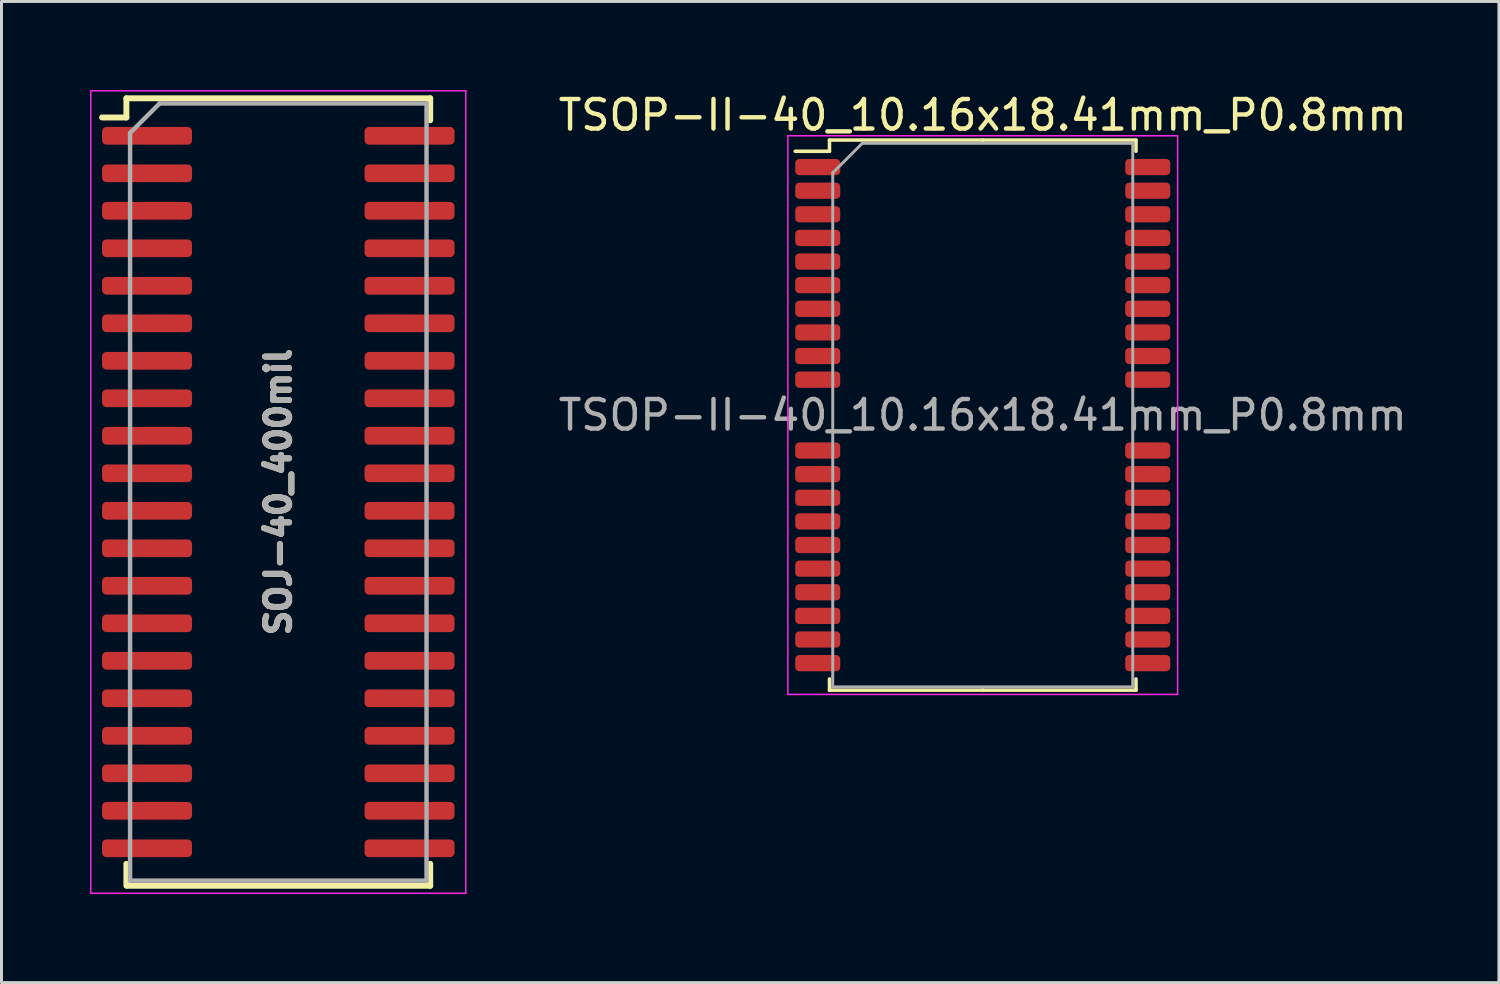
<source format=kicad_pcb>
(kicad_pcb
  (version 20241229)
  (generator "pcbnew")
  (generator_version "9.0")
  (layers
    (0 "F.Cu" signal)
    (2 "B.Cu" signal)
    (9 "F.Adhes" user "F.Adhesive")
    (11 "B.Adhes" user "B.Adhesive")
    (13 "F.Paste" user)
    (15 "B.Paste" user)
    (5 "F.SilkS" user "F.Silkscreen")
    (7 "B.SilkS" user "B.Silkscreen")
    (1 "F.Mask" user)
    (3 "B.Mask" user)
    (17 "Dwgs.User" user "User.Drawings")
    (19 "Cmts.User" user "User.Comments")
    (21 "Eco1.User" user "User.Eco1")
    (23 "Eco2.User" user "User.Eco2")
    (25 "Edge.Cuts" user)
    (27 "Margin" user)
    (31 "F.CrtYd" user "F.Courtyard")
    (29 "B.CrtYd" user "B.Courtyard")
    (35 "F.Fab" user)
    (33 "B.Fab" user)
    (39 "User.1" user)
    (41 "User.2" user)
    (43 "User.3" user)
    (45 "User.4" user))
  (footprint "SOJ-40_400mil"
    (layer "F.Cu")
    (at 6.375 13.614)
    (property "Reference" "SOJ-40_400mil" (at 0 0 90) (layer "F.Fab") (effects (font (size 0.813 0.813) (thickness 0.203))))
    (attr smd)
    (fp_line (start -5.145 -13.335) (end -5.145 -12.685) (stroke (width 0.2) (type solid)) (layer "F.SilkS"))
    (fp_line (start -5.145 -13.335) (end 5.145 -13.335) (stroke (width 0.2) (type solid)) (layer "F.SilkS"))
    (fp_line (start -5.145 -12.685) (end -5.969 -12.685) (stroke (width 0.2) (type solid)) (layer "F.SilkS"))
    (fp_line (start -5.145 13.335) (end -5.145 12.59) (stroke (width 0.2) (type solid)) (layer "F.SilkS"))
    (fp_line (start -5.08 13.335) (end 5.145 13.335) (stroke (width 0.2) (type solid)) (layer "F.SilkS"))
    (fp_line (start 5.145 -13.335) (end 5.145 -12.59) (stroke (width 0.2) (type solid)) (layer "F.SilkS"))
    (fp_line (start 5.145 13.335) (end 5.145 12.59) (stroke (width 0.2) (type solid)) (layer "F.SilkS"))
    (fp_line (start -6.35 -13.589) (end -6.35 13.589) (stroke (width 0.05) (type solid)) (layer "F.CrtYd"))
    (fp_line (start -6.35 -13.589) (end 6.35 -13.589) (stroke (width 0.05) (type solid)) (layer "F.CrtYd"))
    (fp_line (start -6.35 13.589) (end 6.35 13.589) (stroke (width 0.05) (type solid)) (layer "F.CrtYd"))
    (fp_line (start 6.35 -13.589) (end 6.35 13.589) (stroke (width 0.05) (type solid)) (layer "F.CrtYd"))
    (fp_line (start -5.02 -12.16) (end -5.02 13.16) (stroke (width 0.15) (type solid)) (layer "F.Fab"))
    (fp_line (start -5.02 -12.16) (end -4.02 -13.16) (stroke (width 0.15) (type solid)) (layer "F.Fab"))
    (fp_line (start -4.02 -13.16) (end 5.02 -13.16) (stroke (width 0.15) (type solid)) (layer "F.Fab"))
    (fp_line (start 5.02 -13.16) (end 5.02 13.16) (stroke (width 0.15) (type solid)) (layer "F.Fab"))
    (fp_line (start 5.02 13.16) (end -5.02 13.16) (stroke (width 0.15) (type solid)) (layer "F.Fab"))
    (fp_text user "${REFERENCE}" (at 0 0 90) (layer "F.SilkS") (effects (font (size 0.813 0.813) (thickness 0.203))))
    (pad "1" smd roundrect (at -4.445 -12.065) (size 3.048 0.6) (layers "F.Cu" "F.Mask" "F.Paste") (roundrect_rratio 0.25))
    (pad "2" smd roundrect (at -4.445 -10.795) (size 3.048 0.6) (layers "F.Cu" "F.Mask" "F.Paste") (roundrect_rratio 0.25))
    (pad "3" smd roundrect (at -4.445 -9.525) (size 3.048 0.6) (layers "F.Cu" "F.Mask" "F.Paste") (roundrect_rratio 0.25))
    (pad "4" smd roundrect (at -4.445 -8.255) (size 3.048 0.6) (layers "F.Cu" "F.Mask" "F.Paste") (roundrect_rratio 0.25))
    (pad "5" smd roundrect (at -4.445 -6.985) (size 3.048 0.6) (layers "F.Cu" "F.Mask" "F.Paste") (roundrect_rratio 0.25))
    (pad "6" smd roundrect (at -4.445 -5.715) (size 3.048 0.6) (layers "F.Cu" "F.Mask" "F.Paste") (roundrect_rratio 0.25))
    (pad "7" smd roundrect (at -4.445 -4.445) (size 3.048 0.6) (layers "F.Cu" "F.Mask" "F.Paste") (roundrect_rratio 0.25))
    (pad "8" smd roundrect (at -4.445 -3.175) (size 3.048 0.6) (layers "F.Cu" "F.Mask" "F.Paste") (roundrect_rratio 0.25))
    (pad "9" smd roundrect (at -4.445 -1.905) (size 3.048 0.6) (layers "F.Cu" "F.Mask" "F.Paste") (roundrect_rratio 0.25))
    (pad "10" smd roundrect (at -4.445 -0.635) (size 3.048 0.6) (layers "F.Cu" "F.Mask" "F.Paste") (roundrect_rratio 0.25))
    (pad "11" smd roundrect (at -4.445 0.635) (size 3.048 0.6) (layers "F.Cu" "F.Mask" "F.Paste") (roundrect_rratio 0.25))
    (pad "12" smd roundrect (at -4.445 1.905) (size 3.048 0.6) (layers "F.Cu" "F.Mask" "F.Paste") (roundrect_rratio 0.25))
    (pad "13" smd roundrect (at -4.445 3.175) (size 3.048 0.6) (layers "F.Cu" "F.Mask" "F.Paste") (roundrect_rratio 0.25))
    (pad "14" smd roundrect (at -4.445 4.445) (size 3.048 0.6) (layers "F.Cu" "F.Mask" "F.Paste") (roundrect_rratio 0.25))
    (pad "15" smd roundrect (at -4.445 5.715) (size 3.048 0.6) (layers "F.Cu" "F.Mask" "F.Paste") (roundrect_rratio 0.25))
    (pad "16" smd roundrect (at -4.445 6.985) (size 3.048 0.6) (layers "F.Cu" "F.Mask" "F.Paste") (roundrect_rratio 0.25))
    (pad "17" smd roundrect (at -4.445 8.255) (size 3.048 0.6) (layers "F.Cu" "F.Mask" "F.Paste") (roundrect_rratio 0.25))
    (pad "18" smd roundrect (at -4.445 9.525) (size 3.048 0.6) (layers "F.Cu" "F.Mask" "F.Paste") (roundrect_rratio 0.25))
    (pad "19" smd roundrect (at -4.445 10.795) (size 3.048 0.6) (layers "F.Cu" "F.Mask" "F.Paste") (roundrect_rratio 0.25))
    (pad "20" smd roundrect (at -4.445 12.065) (size 3.048 0.6) (layers "F.Cu" "F.Mask" "F.Paste") (roundrect_rratio 0.25))
    (pad "21" smd roundrect (at 4.445 12.065) (size 3.048 0.6) (layers "F.Cu" "F.Mask" "F.Paste") (roundrect_rratio 0.25))
    (pad "22" smd roundrect (at 4.445 10.795) (size 3.048 0.6) (layers "F.Cu" "F.Mask" "F.Paste") (roundrect_rratio 0.25))
    (pad "23" smd roundrect (at 4.445 9.525) (size 3.048 0.6) (layers "F.Cu" "F.Mask" "F.Paste") (roundrect_rratio 0.25))
    (pad "24" smd roundrect (at 4.445 8.255) (size 3.048 0.6) (layers "F.Cu" "F.Mask" "F.Paste") (roundrect_rratio 0.25))
    (pad "25" smd roundrect (at 4.445 6.985) (size 3.048 0.6) (layers "F.Cu" "F.Mask" "F.Paste") (roundrect_rratio 0.25))
    (pad "26" smd roundrect (at 4.445 5.715) (size 3.048 0.6) (layers "F.Cu" "F.Mask" "F.Paste") (roundrect_rratio 0.25))
    (pad "27" smd roundrect (at 4.445 4.445) (size 3.048 0.6) (layers "F.Cu" "F.Mask" "F.Paste") (roundrect_rratio 0.25))
    (pad "28" smd roundrect (at 4.445 3.175) (size 3.048 0.6) (layers "F.Cu" "F.Mask" "F.Paste") (roundrect_rratio 0.25))
    (pad "29" smd roundrect (at 4.445 1.905) (size 3.048 0.6) (layers "F.Cu" "F.Mask" "F.Paste") (roundrect_rratio 0.25))
    (pad "30" smd roundrect (at 4.445 0.635) (size 3.048 0.6) (layers "F.Cu" "F.Mask" "F.Paste") (roundrect_rratio 0.25))
    (pad "31" smd roundrect (at 4.445 -0.635) (size 3.048 0.6) (layers "F.Cu" "F.Mask" "F.Paste") (roundrect_rratio 0.25))
    (pad "32" smd roundrect (at 4.445 -1.905) (size 3.048 0.6) (layers "F.Cu" "F.Mask" "F.Paste") (roundrect_rratio 0.25))
    (pad "33" smd roundrect (at 4.445 -3.175) (size 3.048 0.6) (layers "F.Cu" "F.Mask" "F.Paste") (roundrect_rratio 0.25))
    (pad "34" smd roundrect (at 4.445 -4.445) (size 3.048 0.6) (layers "F.Cu" "F.Mask" "F.Paste") (roundrect_rratio 0.25))
    (pad "35" smd roundrect (at 4.445 -5.715) (size 3.048 0.6) (layers "F.Cu" "F.Mask" "F.Paste") (roundrect_rratio 0.25))
    (pad "36" smd roundrect (at 4.445 -6.985) (size 3.048 0.6) (layers "F.Cu" "F.Mask" "F.Paste") (roundrect_rratio 0.25))
    (pad "37" smd roundrect (at 4.445 -8.255) (size 3.048 0.6) (layers "F.Cu" "F.Mask" "F.Paste") (roundrect_rratio 0.25))
    (pad "38" smd roundrect (at 4.445 -9.525) (size 3.048 0.6) (layers "F.Cu" "F.Mask" "F.Paste") (roundrect_rratio 0.25))
    (pad "39" smd roundrect (at 4.445 -10.795) (size 3.048 0.6) (layers "F.Cu" "F.Mask" "F.Paste") (roundrect_rratio 0.25))
    (pad "40" smd roundrect (at 4.445 -12.065) (size 3.048 0.6) (layers "F.Cu" "F.Mask" "F.Paste") (roundrect_rratio 0.25)))
  (footprint "TSOP-II-40_10.16x18.41mm_P0.8mm"
    (layer "F.Cu")
    (at 30.232 11.008)
    (property "Reference" "TSOP-II-40_10.16x18.41mm_P0.8mm" (at 0 -10.16 0) (layer "F.SilkS") (effects (font (size 1 1) (thickness 0.15))))
    (attr smd)
    (fp_line (start -5.19 -9.315) (end -5.19 -8.935) (stroke (width 0.12) (type solid)) (layer "F.SilkS"))
    (fp_line (start -5.19 -8.935) (end -6.35 -8.935) (stroke (width 0.12) (type solid)) (layer "F.SilkS"))
    (fp_line (start -5.19 9.315) (end -5.19 8.935) (stroke (width 0.12) (type solid)) (layer "F.SilkS"))
    (fp_line (start 0 -9.315) (end -5.19 -9.315) (stroke (width 0.12) (type solid)) (layer "F.SilkS"))
    (fp_line (start 0 -9.315) (end 5.19 -9.315) (stroke (width 0.12) (type solid)) (layer "F.SilkS"))
    (fp_line (start 0 9.315) (end -5.19 9.315) (stroke (width 0.12) (type solid)) (layer "F.SilkS"))
    (fp_line (start 0 9.315) (end 5.19 9.315) (stroke (width 0.12) (type solid)) (layer "F.SilkS"))
    (fp_line (start 5.19 -9.315) (end 5.19 -8.935) (stroke (width 0.12) (type solid)) (layer "F.SilkS"))
    (fp_line (start 5.19 9.315) (end 5.19 8.935) (stroke (width 0.12) (type solid)) (layer "F.SilkS"))
    (fp_line (start -6.6 -9.46) (end -6.6 9.46) (stroke (width 0.05) (type solid)) (layer "F.CrtYd"))
    (fp_line (start -6.6 9.46) (end 6.6 9.46) (stroke (width 0.05) (type solid)) (layer "F.CrtYd"))
    (fp_line (start 6.6 -9.46) (end -6.6 -9.46) (stroke (width 0.05) (type solid)) (layer "F.CrtYd"))
    (fp_line (start 6.6 9.46) (end 6.6 -9.46) (stroke (width 0.05) (type solid)) (layer "F.CrtYd"))
    (fp_line (start -5.08 -8.205) (end -4.08 -9.205) (stroke (width 0.1) (type solid)) (layer "F.Fab"))
    (fp_line (start -5.08 9.205) (end -5.08 -8.205) (stroke (width 0.1) (type solid)) (layer "F.Fab"))
    (fp_line (start -4.08 -9.205) (end 5.08 -9.205) (stroke (width 0.1) (type solid)) (layer "F.Fab"))
    (fp_line (start 5.08 -9.205) (end 5.08 9.205) (stroke (width 0.1) (type solid)) (layer "F.Fab"))
    (fp_line (start 5.08 9.205) (end -5.08 9.205) (stroke (width 0.1) (type solid)) (layer "F.Fab"))
    (fp_text user "${REFERENCE}" (at 0 0 0) (layer "F.Fab") (effects (font (size 1 1) (thickness 0.15))))
    (pad "1" smd roundrect (at -5.588 -8.4) (size 1.525 0.55) (layers "F.Cu" "F.Mask" "F.Paste") (roundrect_rratio 0.25))
    (pad "2" smd roundrect (at -5.588 -7.6) (size 1.525 0.55) (layers "F.Cu" "F.Mask" "F.Paste") (roundrect_rratio 0.25))
    (pad "3" smd roundrect (at -5.588 -6.8) (size 1.525 0.55) (layers "F.Cu" "F.Mask" "F.Paste") (roundrect_rratio 0.25))
    (pad "4" smd roundrect (at -5.588 -6) (size 1.525 0.55) (layers "F.Cu" "F.Mask" "F.Paste") (roundrect_rratio 0.25))
    (pad "5" smd roundrect (at -5.588 -5.2) (size 1.525 0.55) (layers "F.Cu" "F.Mask" "F.Paste") (roundrect_rratio 0.25))
    (pad "6" smd roundrect (at -5.588 -4.4) (size 1.525 0.55) (layers "F.Cu" "F.Mask" "F.Paste") (roundrect_rratio 0.25))
    (pad "7" smd roundrect (at -5.588 -3.6) (size 1.525 0.55) (layers "F.Cu" "F.Mask" "F.Paste") (roundrect_rratio 0.25))
    (pad "8" smd roundrect (at -5.588 -2.8) (size 1.525 0.55) (layers "F.Cu" "F.Mask" "F.Paste") (roundrect_rratio 0.25))
    (pad "9" smd roundrect (at -5.588 -2) (size 1.525 0.55) (layers "F.Cu" "F.Mask" "F.Paste") (roundrect_rratio 0.25))
    (pad "10" smd roundrect (at -5.588 -1.2) (size 1.525 0.55) (layers "F.Cu" "F.Mask" "F.Paste") (roundrect_rratio 0.25))
    (pad "13" smd roundrect (at -5.588 1.2) (size 1.525 0.55) (layers "F.Cu" "F.Mask" "F.Paste") (roundrect_rratio 0.25))
    (pad "14" smd roundrect (at -5.588 2) (size 1.525 0.55) (layers "F.Cu" "F.Mask" "F.Paste") (roundrect_rratio 0.25))
    (pad "15" smd roundrect (at -5.588 2.8) (size 1.525 0.55) (layers "F.Cu" "F.Mask" "F.Paste") (roundrect_rratio 0.25))
    (pad "16" smd roundrect (at -5.588 3.6) (size 1.525 0.55) (layers "F.Cu" "F.Mask" "F.Paste") (roundrect_rratio 0.25))
    (pad "17" smd roundrect (at -5.588 4.4) (size 1.525 0.55) (layers "F.Cu" "F.Mask" "F.Paste") (roundrect_rratio 0.25))
    (pad "18" smd roundrect (at -5.588 5.2) (size 1.525 0.55) (layers "F.Cu" "F.Mask" "F.Paste") (roundrect_rratio 0.25))
    (pad "19" smd roundrect (at -5.588 6) (size 1.525 0.55) (layers "F.Cu" "F.Mask" "F.Paste") (roundrect_rratio 0.25))
    (pad "20" smd roundrect (at -5.588 6.8) (size 1.525 0.55) (layers "F.Cu" "F.Mask" "F.Paste") (roundrect_rratio 0.25))
    (pad "21" smd roundrect (at -5.588 7.6) (size 1.525 0.55) (layers "F.Cu" "F.Mask" "F.Paste") (roundrect_rratio 0.25))
    (pad "22" smd roundrect (at -5.588 8.4) (size 1.525 0.55) (layers "F.Cu" "F.Mask" "F.Paste") (roundrect_rratio 0.25))
    (pad "23" smd roundrect (at 5.588 8.4) (size 1.525 0.55) (layers "F.Cu" "F.Mask" "F.Paste") (roundrect_rratio 0.25))
    (pad "24" smd roundrect (at 5.588 7.6) (size 1.525 0.55) (layers "F.Cu" "F.Mask" "F.Paste") (roundrect_rratio 0.25))
    (pad "25" smd roundrect (at 5.588 6.8) (size 1.525 0.55) (layers "F.Cu" "F.Mask" "F.Paste") (roundrect_rratio 0.25))
    (pad "26" smd roundrect (at 5.588 6) (size 1.525 0.55) (layers "F.Cu" "F.Mask" "F.Paste") (roundrect_rratio 0.25))
    (pad "27" smd roundrect (at 5.588 5.2) (size 1.525 0.55) (layers "F.Cu" "F.Mask" "F.Paste") (roundrect_rratio 0.25))
    (pad "28" smd roundrect (at 5.588 4.4) (size 1.525 0.55) (layers "F.Cu" "F.Mask" "F.Paste") (roundrect_rratio 0.25))
    (pad "29" smd roundrect (at 5.588 3.6) (size 1.525 0.55) (layers "F.Cu" "F.Mask" "F.Paste") (roundrect_rratio 0.25))
    (pad "30" smd roundrect (at 5.588 2.8) (size 1.525 0.55) (layers "F.Cu" "F.Mask" "F.Paste") (roundrect_rratio 0.25))
    (pad "31" smd roundrect (at 5.588 2) (size 1.525 0.55) (layers "F.Cu" "F.Mask" "F.Paste") (roundrect_rratio 0.25))
    (pad "32" smd roundrect (at 5.588 1.2) (size 1.525 0.55) (layers "F.Cu" "F.Mask" "F.Paste") (roundrect_rratio 0.25))
    (pad "35" smd roundrect (at 5.588 -1.2) (size 1.525 0.55) (layers "F.Cu" "F.Mask" "F.Paste") (roundrect_rratio 0.25))
    (pad "36" smd roundrect (at 5.588 -2) (size 1.525 0.55) (layers "F.Cu" "F.Mask" "F.Paste") (roundrect_rratio 0.25))
    (pad "37" smd roundrect (at 5.588 -2.8) (size 1.525 0.55) (layers "F.Cu" "F.Mask" "F.Paste") (roundrect_rratio 0.25))
    (pad "38" smd roundrect (at 5.588 -3.6) (size 1.525 0.55) (layers "F.Cu" "F.Mask" "F.Paste") (roundrect_rratio 0.25))
    (pad "39" smd roundrect (at 5.588 -4.4) (size 1.525 0.55) (layers "F.Cu" "F.Mask" "F.Paste") (roundrect_rratio 0.25))
    (pad "40" smd roundrect (at 5.588 -5.2) (size 1.525 0.55) (layers "F.Cu" "F.Mask" "F.Paste") (roundrect_rratio 0.25))
    (pad "41" smd roundrect (at 5.588 -6) (size 1.525 0.55) (layers "F.Cu" "F.Mask" "F.Paste") (roundrect_rratio 0.25))
    (pad "42" smd roundrect (at 5.588 -6.8) (size 1.525 0.55) (layers "F.Cu" "F.Mask" "F.Paste") (roundrect_rratio 0.25))
    (pad "43" smd roundrect (at 5.588 -7.6) (size 1.525 0.55) (layers "F.Cu" "F.Mask" "F.Paste") (roundrect_rratio 0.25))
    (pad "44" smd roundrect (at 5.588 -8.4) (size 1.525 0.55) (layers "F.Cu" "F.Mask" "F.Paste") (roundrect_rratio 0.25)))
  (gr_rect
    (start -3 -3)
    (end 47.714 30.228)
    (stroke (width 0.1) (type default))
    (fill no)
    (layer "Edge.Cuts")))
</source>
